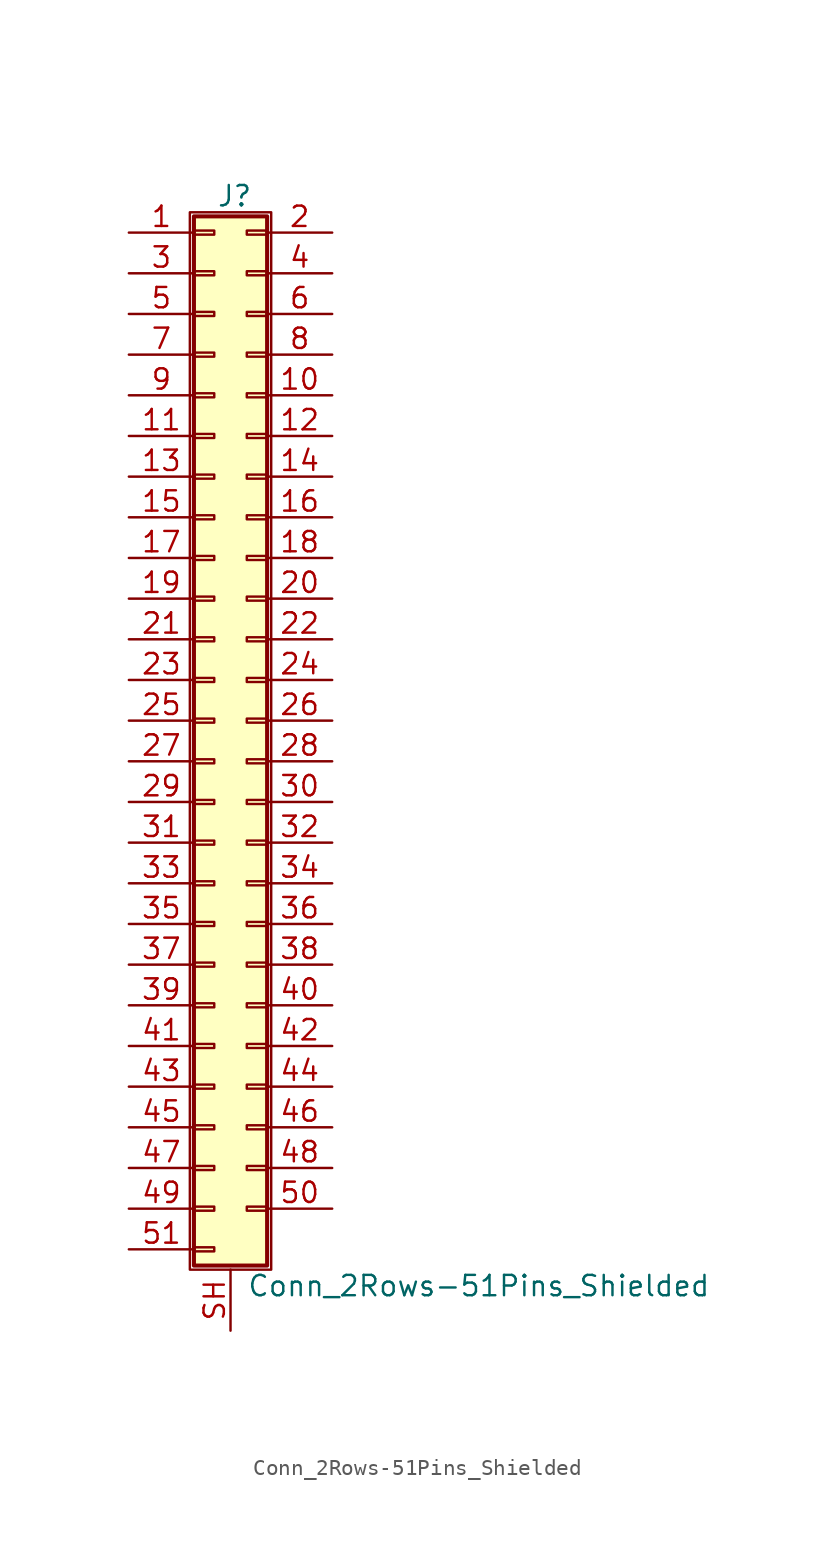
<source format=kicad_sym>
(kicad_symbol_lib
  (version 20220914)
  (generator kicad_symbol_editor)
  (symbol "Conn_2Rows-51Pins_Shielded"
    (pin_names
      (offset 1.016) hide)
    (property "Reference" "J"
      (at 1.524 32.766 0)
      (effects (font (size 1.27 1.27))))
    (property "Value" "Conn_2Rows-51Pins_Shielded"
      (at 2.286 -35.306 0)
      (effects (font (size 1.27 1.27)) (justify left)))
    (symbol "Conn_2Rows-51Pins_Shielded_1_1"
      (rectangle (start -1.27 31.75) (end 3.81 -34.29) (stroke (width 0.152) (type default)) (fill (type none)))
      (rectangle (start -1.016 -32.893) (end 0.254 -33.147) (stroke (width 0.152) (type default)) (fill (type none)))
      (rectangle (start -1.016 -30.353) (end 0.254 -30.607) (stroke (width 0.152) (type default)) (fill (type none)))
      (rectangle (start -1.016 -27.813) (end 0.254 -28.067) (stroke (width 0.152) (type default)) (fill (type none)))
      (rectangle (start -1.016 -25.273) (end 0.254 -25.527) (stroke (width 0.152) (type default)) (fill (type none)))
      (rectangle (start -1.016 -22.733) (end 0.254 -22.987) (stroke (width 0.152) (type default)) (fill (type none)))
      (rectangle (start -1.016 -20.193) (end 0.254 -20.447) (stroke (width 0.152) (type default)) (fill (type none)))
      (rectangle (start -1.016 -17.653) (end 0.254 -17.907) (stroke (width 0.152) (type default)) (fill (type none)))
      (rectangle (start -1.016 -15.113) (end 0.254 -15.367) (stroke (width 0.152) (type default)) (fill (type none)))
      (rectangle (start -1.016 -12.573) (end 0.254 -12.827) (stroke (width 0.152) (type default)) (fill (type none)))
      (rectangle (start -1.016 -10.033) (end 0.254 -10.287) (stroke (width 0.152) (type default)) (fill (type none)))
      (rectangle (start -1.016 -7.493) (end 0.254 -7.747) (stroke (width 0.152) (type default)) (fill (type none)))
      (rectangle (start -1.016 -4.953) (end 0.254 -5.207) (stroke (width 0.152) (type default)) (fill (type none)))
      (rectangle (start -1.016 -2.413) (end 0.254 -2.667) (stroke (width 0.152) (type default)) (fill (type none)))
      (rectangle (start -1.016 0.127) (end 0.254 -0.127) (stroke (width 0.152) (type default)) (fill (type none)))
      (rectangle (start -1.016 2.667) (end 0.254 2.413) (stroke (width 0.152) (type default)) (fill (type none)))
      (rectangle (start -1.016 5.207) (end 0.254 4.953) (stroke (width 0.152) (type default)) (fill (type none)))
      (rectangle (start -1.016 7.747) (end 0.254 7.493) (stroke (width 0.152) (type default)) (fill (type none)))
      (rectangle (start -1.016 10.287) (end 0.254 10.033) (stroke (width 0.152) (type default)) (fill (type none)))
      (rectangle (start -1.016 12.827) (end 0.254 12.573) (stroke (width 0.152) (type default)) (fill (type none)))
      (rectangle (start -1.016 15.367) (end 0.254 15.113) (stroke (width 0.152) (type default)) (fill (type none)))
      (rectangle (start -1.016 17.907) (end 0.254 17.653) (stroke (width 0.152) (type default)) (fill (type none)))
      (rectangle (start -1.016 20.447) (end 0.254 20.193) (stroke (width 0.152) (type default)) (fill (type none)))
      (rectangle (start -1.016 22.987) (end 0.254 22.733) (stroke (width 0.152) (type default)) (fill (type none)))
      (rectangle (start -1.016 25.527) (end 0.254 25.273) (stroke (width 0.152) (type default)) (fill (type none)))
      (rectangle (start -1.016 28.067) (end 0.254 27.813) (stroke (width 0.152) (type default)) (fill (type none)))
      (rectangle (start -1.016 30.607) (end 0.254 30.353) (stroke (width 0.152) (type default)) (fill (type none)))
      (rectangle (start -1.016 31.496) (end 3.556 -34.036) (stroke (width 0.254) (type default)) (fill (type background)))
      (rectangle (start 3.556 -30.353) (end 2.286 -30.607) (stroke (width 0.152) (type default)) (fill (type none)))
      (rectangle (start 3.556 -27.813) (end 2.286 -28.067) (stroke (width 0.152) (type default)) (fill (type none)))
      (rectangle (start 3.556 -25.273) (end 2.286 -25.527) (stroke (width 0.152) (type default)) (fill (type none)))
      (rectangle (start 3.556 -22.733) (end 2.286 -22.987) (stroke (width 0.152) (type default)) (fill (type none)))
      (rectangle (start 3.556 -20.193) (end 2.286 -20.447) (stroke (width 0.152) (type default)) (fill (type none)))
      (rectangle (start 3.556 -17.653) (end 2.286 -17.907) (stroke (width 0.152) (type default)) (fill (type none)))
      (rectangle (start 3.556 -15.113) (end 2.286 -15.367) (stroke (width 0.152) (type default)) (fill (type none)))
      (rectangle (start 3.556 -12.573) (end 2.286 -12.827) (stroke (width 0.152) (type default)) (fill (type none)))
      (rectangle (start 3.556 -10.033) (end 2.286 -10.287) (stroke (width 0.152) (type default)) (fill (type none)))
      (rectangle (start 3.556 -7.493) (end 2.286 -7.747) (stroke (width 0.152) (type default)) (fill (type none)))
      (rectangle (start 3.556 -4.953) (end 2.286 -5.207) (stroke (width 0.152) (type default)) (fill (type none)))
      (rectangle (start 3.556 -2.413) (end 2.286 -2.667) (stroke (width 0.152) (type default)) (fill (type none)))
      (rectangle (start 3.556 0.127) (end 2.286 -0.127) (stroke (width 0.152) (type default)) (fill (type none)))
      (rectangle (start 3.556 2.667) (end 2.286 2.413) (stroke (width 0.152) (type default)) (fill (type none)))
      (rectangle (start 3.556 5.207) (end 2.286 4.953) (stroke (width 0.152) (type default)) (fill (type none)))
      (rectangle (start 3.556 7.747) (end 2.286 7.493) (stroke (width 0.152) (type default)) (fill (type none)))
      (rectangle (start 3.556 10.287) (end 2.286 10.033) (stroke (width 0.152) (type default)) (fill (type none)))
      (rectangle (start 3.556 12.827) (end 2.286 12.573) (stroke (width 0.152) (type default)) (fill (type none)))
      (rectangle (start 3.556 15.367) (end 2.286 15.113) (stroke (width 0.152) (type default)) (fill (type none)))
      (rectangle (start 3.556 17.907) (end 2.286 17.653) (stroke (width 0.152) (type default)) (fill (type none)))
      (rectangle (start 3.556 20.447) (end 2.286 20.193) (stroke (width 0.152) (type default)) (fill (type none)))
      (rectangle (start 3.556 22.987) (end 2.286 22.733) (stroke (width 0.152) (type default)) (fill (type none)))
      (rectangle (start 3.556 25.527) (end 2.286 25.273) (stroke (width 0.152) (type default)) (fill (type none)))
      (rectangle (start 3.556 28.067) (end 2.286 27.813) (stroke (width 0.152) (type default)) (fill (type none)))
      (rectangle (start 3.556 30.607) (end 2.286 30.353) (stroke (width 0.152) (type default)) (fill (type none)))
      (pin passive line (at -5.08 30.48 0) (length 4.064) (name "Pin_1" (effects (font (size 1.27 1.27)))) (number "1" (effects (font (size 1.27 1.27)))))
      (pin passive line (at 7.62 20.32 180) (length 4.064) (name "Pin_10" (effects (font (size 1.27 1.27)))) (number "10" (effects (font (size 1.27 1.27)))))
      (pin passive line (at -5.08 17.78 0) (length 4.064) (name "Pin_11" (effects (font (size 1.27 1.27)))) (number "11" (effects (font (size 1.27 1.27)))))
      (pin passive line (at 7.62 17.78 180) (length 4.064) (name "Pin_12" (effects (font (size 1.27 1.27)))) (number "12" (effects (font (size 1.27 1.27)))))
      (pin passive line (at -5.08 15.24 0) (length 4.064) (name "Pin_13" (effects (font (size 1.27 1.27)))) (number "13" (effects (font (size 1.27 1.27)))))
      (pin passive line (at 7.62 15.24 180) (length 4.064) (name "Pin_14" (effects (font (size 1.27 1.27)))) (number "14" (effects (font (size 1.27 1.27)))))
      (pin passive line (at -5.08 12.7 0) (length 4.064) (name "Pin_15" (effects (font (size 1.27 1.27)))) (number "15" (effects (font (size 1.27 1.27)))))
      (pin passive line (at 7.62 12.7 180) (length 4.064) (name "Pin_16" (effects (font (size 1.27 1.27)))) (number "16" (effects (font (size 1.27 1.27)))))
      (pin passive line (at -5.08 10.16 0) (length 4.064) (name "Pin_17" (effects (font (size 1.27 1.27)))) (number "17" (effects (font (size 1.27 1.27)))))
      (pin passive line (at 7.62 10.16 180) (length 4.064) (name "Pin_18" (effects (font (size 1.27 1.27)))) (number "18" (effects (font (size 1.27 1.27)))))
      (pin passive line (at -5.08 7.62 0) (length 4.064) (name "Pin_19" (effects (font (size 1.27 1.27)))) (number "19" (effects (font (size 1.27 1.27)))))
      (pin passive line (at 7.62 30.48 180) (length 4.064) (name "Pin_2" (effects (font (size 1.27 1.27)))) (number "2" (effects (font (size 1.27 1.27)))))
      (pin passive line (at 7.62 7.62 180) (length 4.064) (name "Pin_20" (effects (font (size 1.27 1.27)))) (number "20" (effects (font (size 1.27 1.27)))))
      (pin passive line (at -5.08 5.08 0) (length 4.064) (name "Pin_21" (effects (font (size 1.27 1.27)))) (number "21" (effects (font (size 1.27 1.27)))))
      (pin passive line (at 7.62 5.08 180) (length 4.064) (name "Pin_22" (effects (font (size 1.27 1.27)))) (number "22" (effects (font (size 1.27 1.27)))))
      (pin passive line (at -5.08 2.54 0) (length 4.064) (name "Pin_23" (effects (font (size 1.27 1.27)))) (number "23" (effects (font (size 1.27 1.27)))))
      (pin passive line (at 7.62 2.54 180) (length 4.064) (name "Pin_24" (effects (font (size 1.27 1.27)))) (number "24" (effects (font (size 1.27 1.27)))))
      (pin passive line (at -5.08 0 0) (length 4.064) (name "Pin_25" (effects (font (size 1.27 1.27)))) (number "25" (effects (font (size 1.27 1.27)))))
      (pin passive line (at 7.62 0 180) (length 4.064) (name "Pin_26" (effects (font (size 1.27 1.27)))) (number "26" (effects (font (size 1.27 1.27)))))
      (pin passive line (at -5.08 -2.54 0) (length 4.064) (name "Pin_27" (effects (font (size 1.27 1.27)))) (number "27" (effects (font (size 1.27 1.27)))))
      (pin passive line (at 7.62 -2.54 180) (length 4.064) (name "Pin_28" (effects (font (size 1.27 1.27)))) (number "28" (effects (font (size 1.27 1.27)))))
      (pin passive line (at -5.08 -5.08 0) (length 4.064) (name "Pin_29" (effects (font (size 1.27 1.27)))) (number "29" (effects (font (size 1.27 1.27)))))
      (pin passive line (at -5.08 27.94 0) (length 4.064) (name "Pin_3" (effects (font (size 1.27 1.27)))) (number "3" (effects (font (size 1.27 1.27)))))
      (pin passive line (at 7.62 -5.08 180) (length 4.064) (name "Pin_30" (effects (font (size 1.27 1.27)))) (number "30" (effects (font (size 1.27 1.27)))))
      (pin passive line (at -5.08 -7.62 0) (length 4.064) (name "Pin_31" (effects (font (size 1.27 1.27)))) (number "31" (effects (font (size 1.27 1.27)))))
      (pin passive line (at 7.62 -7.62 180) (length 4.064) (name "Pin_32" (effects (font (size 1.27 1.27)))) (number "32" (effects (font (size 1.27 1.27)))))
      (pin passive line (at -5.08 -10.16 0) (length 4.064) (name "Pin_33" (effects (font (size 1.27 1.27)))) (number "33" (effects (font (size 1.27 1.27)))))
      (pin passive line (at 7.62 -10.16 180) (length 4.064) (name "Pin_34" (effects (font (size 1.27 1.27)))) (number "34" (effects (font (size 1.27 1.27)))))
      (pin passive line (at -5.08 -12.7 0) (length 4.064) (name "Pin_35" (effects (font (size 1.27 1.27)))) (number "35" (effects (font (size 1.27 1.27)))))
      (pin passive line (at 7.62 -12.7 180) (length 4.064) (name "Pin_36" (effects (font (size 1.27 1.27)))) (number "36" (effects (font (size 1.27 1.27)))))
      (pin passive line (at -5.08 -15.24 0) (length 4.064) (name "Pin_37" (effects (font (size 1.27 1.27)))) (number "37" (effects (font (size 1.27 1.27)))))
      (pin passive line (at 7.62 -15.24 180) (length 4.064) (name "Pin_38" (effects (font (size 1.27 1.27)))) (number "38" (effects (font (size 1.27 1.27)))))
      (pin passive line (at -5.08 -17.78 0) (length 4.064) (name "Pin_39" (effects (font (size 1.27 1.27)))) (number "39" (effects (font (size 1.27 1.27)))))
      (pin passive line (at 7.62 27.94 180) (length 4.064) (name "Pin_4" (effects (font (size 1.27 1.27)))) (number "4" (effects (font (size 1.27 1.27)))))
      (pin passive line (at 7.62 -17.78 180) (length 4.064) (name "Pin_40" (effects (font (size 1.27 1.27)))) (number "40" (effects (font (size 1.27 1.27)))))
      (pin passive line (at -5.08 -20.32 0) (length 4.064) (name "Pin_41" (effects (font (size 1.27 1.27)))) (number "41" (effects (font (size 1.27 1.27)))))
      (pin passive line (at 7.62 -20.32 180) (length 4.064) (name "Pin_42" (effects (font (size 1.27 1.27)))) (number "42" (effects (font (size 1.27 1.27)))))
      (pin passive line (at -5.08 -22.86 0) (length 4.064) (name "Pin_43" (effects (font (size 1.27 1.27)))) (number "43" (effects (font (size 1.27 1.27)))))
      (pin passive line (at 7.62 -22.86 180) (length 4.064) (name "Pin_44" (effects (font (size 1.27 1.27)))) (number "44" (effects (font (size 1.27 1.27)))))
      (pin passive line (at -5.08 -25.4 0) (length 4.064) (name "Pin_45" (effects (font (size 1.27 1.27)))) (number "45" (effects (font (size 1.27 1.27)))))
      (pin passive line (at 7.62 -25.4 180) (length 4.064) (name "Pin_46" (effects (font (size 1.27 1.27)))) (number "46" (effects (font (size 1.27 1.27)))))
      (pin passive line (at -5.08 -27.94 0) (length 4.064) (name "Pin_47" (effects (font (size 1.27 1.27)))) (number "47" (effects (font (size 1.27 1.27)))))
      (pin passive line (at 7.62 -27.94 180) (length 4.064) (name "Pin_48" (effects (font (size 1.27 1.27)))) (number "48" (effects (font (size 1.27 1.27)))))
      (pin passive line (at -5.08 -30.48 0) (length 4.064) (name "Pin_49" (effects (font (size 1.27 1.27)))) (number "49" (effects (font (size 1.27 1.27)))))
      (pin passive line (at -5.08 25.4 0) (length 4.064) (name "Pin_5" (effects (font (size 1.27 1.27)))) (number "5" (effects (font (size 1.27 1.27)))))
      (pin passive line (at 7.62 -30.48 180) (length 4.064) (name "Pin_50" (effects (font (size 1.27 1.27)))) (number "50" (effects (font (size 1.27 1.27)))))
      (pin passive line (at -5.08 -33.02 0) (length 4.064) (name "Pin_51" (effects (font (size 1.27 1.27)))) (number "51" (effects (font (size 1.27 1.27)))))
      (pin passive line (at 7.62 25.4 180) (length 4.064) (name "Pin_6" (effects (font (size 1.27 1.27)))) (number "6" (effects (font (size 1.27 1.27)))))
      (pin passive line (at -5.08 22.86 0) (length 4.064) (name "Pin_7" (effects (font (size 1.27 1.27)))) (number "7" (effects (font (size 1.27 1.27)))))
      (pin passive line (at 7.62 22.86 180) (length 4.064) (name "Pin_8" (effects (font (size 1.27 1.27)))) (number "8" (effects (font (size 1.27 1.27)))))
      (pin passive line (at -5.08 20.32 0) (length 4.064) (name "Pin_9" (effects (font (size 1.27 1.27)))) (number "9" (effects (font (size 1.27 1.27)))))
      (pin passive line (at 1.27 -38.1 90) (length 3.81) (name "Shield" (effects (font (size 1.27 1.27)))) (number "SH" (effects (font (size 1.27 1.27))))))))
</source>
